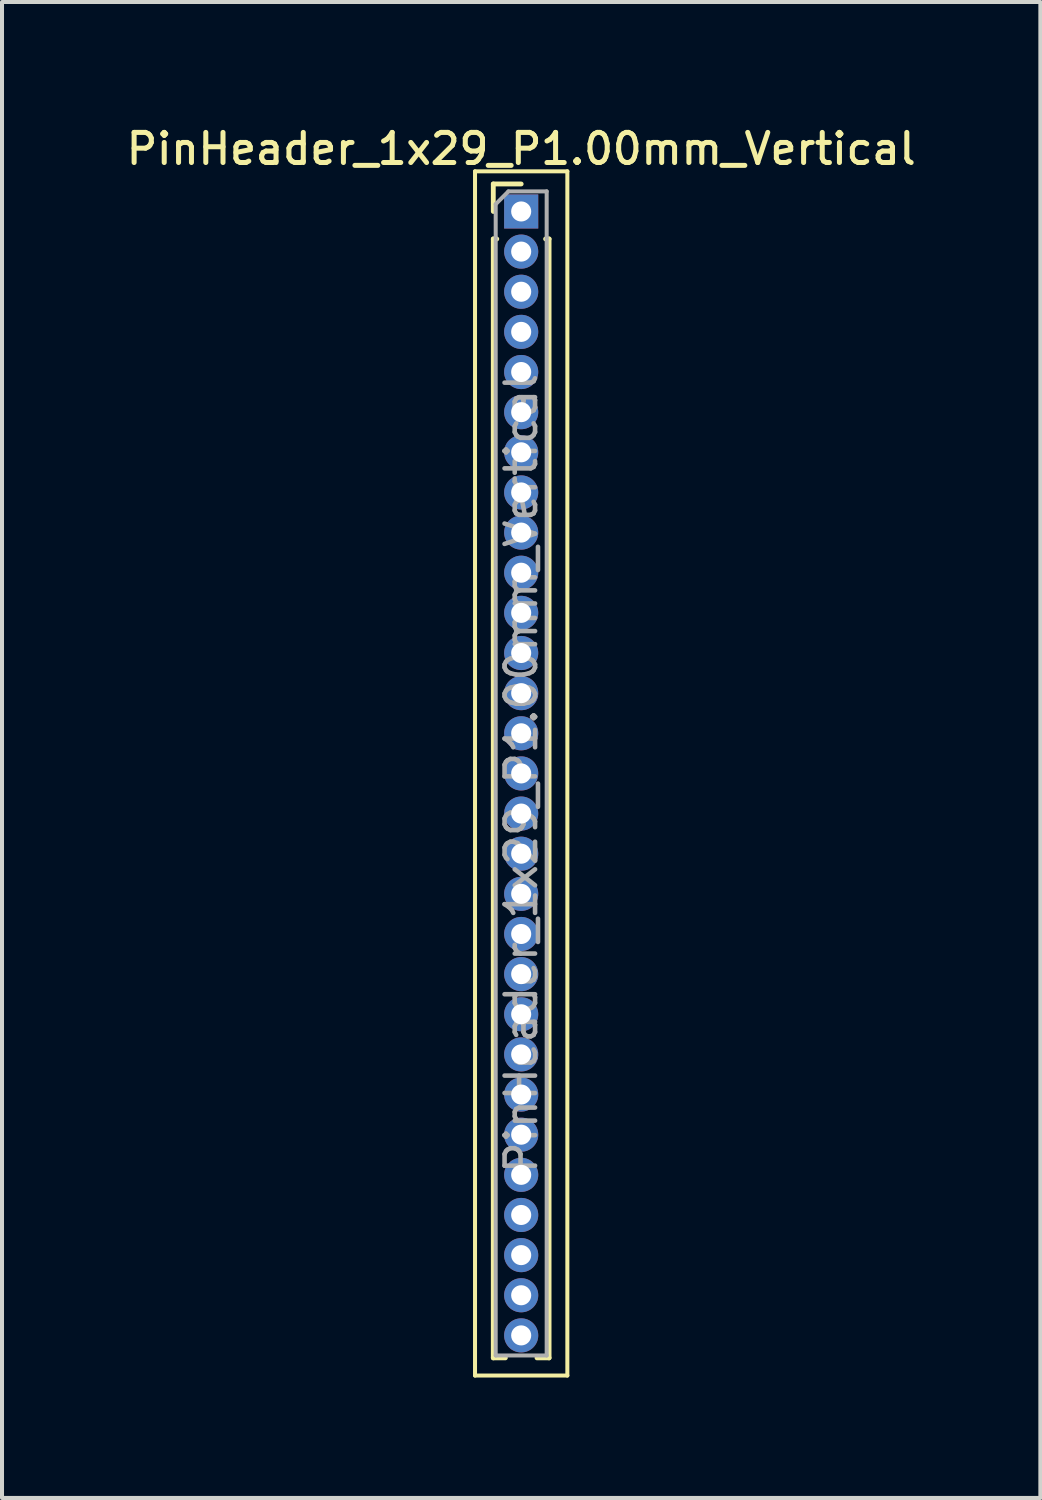
<source format=kicad_pcb>
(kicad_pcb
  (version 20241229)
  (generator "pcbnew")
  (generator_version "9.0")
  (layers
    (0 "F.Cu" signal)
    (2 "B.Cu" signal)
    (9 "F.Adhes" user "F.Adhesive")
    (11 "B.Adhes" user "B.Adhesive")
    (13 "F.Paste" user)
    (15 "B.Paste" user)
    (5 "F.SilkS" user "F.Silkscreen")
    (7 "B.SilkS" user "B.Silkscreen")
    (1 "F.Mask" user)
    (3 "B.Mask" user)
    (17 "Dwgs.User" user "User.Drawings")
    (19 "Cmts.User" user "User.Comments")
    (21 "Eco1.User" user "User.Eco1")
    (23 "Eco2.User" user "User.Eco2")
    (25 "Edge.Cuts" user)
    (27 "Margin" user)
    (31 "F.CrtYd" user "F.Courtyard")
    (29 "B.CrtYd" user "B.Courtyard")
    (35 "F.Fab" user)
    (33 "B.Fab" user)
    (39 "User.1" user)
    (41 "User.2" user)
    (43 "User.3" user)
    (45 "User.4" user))
  (footprint "PinHeader_1x29_P1.00mm_Vertical"
    (layer "F.Cu")
    (at 9.934 2.218)
    (property "Reference" "PinHeader_1x29_P1.00mm_Vertical" (at 0 -1.56 0) (layer "F.SilkS") (effects (font (size 0.75 0.75) (thickness 0.125))))
    (attr through_hole)
    (fp_line (start -1.15 -1) (end -1.15 29) (stroke (width 0.1) (type solid)) (layer "F.SilkS"))
    (fp_line (start -1.15 29) (end 1.15 29) (stroke (width 0.1) (type solid)) (layer "F.SilkS"))
    (fp_line (start -0.695 -0.685) (end 0 -0.685) (stroke (width 0.12) (type solid)) (layer "F.SilkS"))
    (fp_line (start -0.695 0) (end -0.695 -0.685) (stroke (width 0.12) (type solid)) (layer "F.SilkS"))
    (fp_line (start -0.695 0.685) (end -0.695 28.56) (stroke (width 0.12) (type solid)) (layer "F.SilkS"))
    (fp_line (start -0.695 0.685) (end -0.608 0.685) (stroke (width 0.12) (type solid)) (layer "F.SilkS"))
    (fp_line (start -0.695 28.56) (end -0.394 28.56) (stroke (width 0.12) (type solid)) (layer "F.SilkS"))
    (fp_line (start 0.394 28.56) (end 0.695 28.56) (stroke (width 0.12) (type solid)) (layer "F.SilkS"))
    (fp_line (start 0.608 0.685) (end 0.695 0.685) (stroke (width 0.12) (type solid)) (layer "F.SilkS"))
    (fp_line (start 0.695 0.685) (end 0.695 28.56) (stroke (width 0.12) (type solid)) (layer "F.SilkS"))
    (fp_line (start 1.15 -1) (end -1.15 -1) (stroke (width 0.1) (type solid)) (layer "F.SilkS"))
    (fp_line (start 1.15 29) (end 1.15 -1) (stroke (width 0.1) (type solid)) (layer "F.SilkS"))
    (fp_line (start -0.635 -0.182) (end -0.318 -0.5) (stroke (width 0.1) (type solid)) (layer "F.Fab"))
    (fp_line (start -0.635 28.5) (end -0.635 -0.182) (stroke (width 0.1) (type solid)) (layer "F.Fab"))
    (fp_line (start -0.318 -0.5) (end 0.635 -0.5) (stroke (width 0.1) (type solid)) (layer "F.Fab"))
    (fp_line (start 0.635 -0.5) (end 0.635 28.5) (stroke (width 0.1) (type solid)) (layer "F.Fab"))
    (fp_line (start 0.635 28.5) (end -0.635 28.5) (stroke (width 0.1) (type solid)) (layer "F.Fab"))
    (fp_text user "${REFERENCE}" (at 0 14 90) (layer "F.Fab") (effects (font (size 0.76 0.76) (thickness 0.114))))
    (pad "1" thru_hole rect (at 0 0) (size 0.85 0.85) (drill 0.5) (layers "*.Cu" "*.Mask"))
    (pad "2" thru_hole oval (at 0 1) (size 0.85 0.85) (drill 0.5) (layers "*.Cu" "*.Mask"))
    (pad "3" thru_hole oval (at 0 2) (size 0.85 0.85) (drill 0.5) (layers "*.Cu" "*.Mask"))
    (pad "4" thru_hole oval (at 0 3) (size 0.85 0.85) (drill 0.5) (layers "*.Cu" "*.Mask"))
    (pad "5" thru_hole oval (at 0 4) (size 0.85 0.85) (drill 0.5) (layers "*.Cu" "*.Mask"))
    (pad "6" thru_hole oval (at 0 5) (size 0.85 0.85) (drill 0.5) (layers "*.Cu" "*.Mask"))
    (pad "7" thru_hole oval (at 0 6) (size 0.85 0.85) (drill 0.5) (layers "*.Cu" "*.Mask"))
    (pad "8" thru_hole oval (at 0 7) (size 0.85 0.85) (drill 0.5) (layers "*.Cu" "*.Mask"))
    (pad "9" thru_hole oval (at 0 8) (size 0.85 0.85) (drill 0.5) (layers "*.Cu" "*.Mask"))
    (pad "10" thru_hole oval (at 0 9) (size 0.85 0.85) (drill 0.5) (layers "*.Cu" "*.Mask"))
    (pad "11" thru_hole oval (at 0 10) (size 0.85 0.85) (drill 0.5) (layers "*.Cu" "*.Mask"))
    (pad "12" thru_hole oval (at 0 11) (size 0.85 0.85) (drill 0.5) (layers "*.Cu" "*.Mask"))
    (pad "13" thru_hole oval (at 0 12) (size 0.85 0.85) (drill 0.5) (layers "*.Cu" "*.Mask"))
    (pad "14" thru_hole oval (at 0 13) (size 0.85 0.85) (drill 0.5) (layers "*.Cu" "*.Mask"))
    (pad "15" thru_hole oval (at 0 14) (size 0.85 0.85) (drill 0.5) (layers "*.Cu" "*.Mask"))
    (pad "16" thru_hole oval (at 0 15) (size 0.85 0.85) (drill 0.5) (layers "*.Cu" "*.Mask"))
    (pad "17" thru_hole oval (at 0 16) (size 0.85 0.85) (drill 0.5) (layers "*.Cu" "*.Mask"))
    (pad "18" thru_hole oval (at 0 17) (size 0.85 0.85) (drill 0.5) (layers "*.Cu" "*.Mask"))
    (pad "19" thru_hole oval (at 0 18) (size 0.85 0.85) (drill 0.5) (layers "*.Cu" "*.Mask"))
    (pad "20" thru_hole oval (at 0 19) (size 0.85 0.85) (drill 0.5) (layers "*.Cu" "*.Mask"))
    (pad "21" thru_hole oval (at 0 20) (size 0.85 0.85) (drill 0.5) (layers "*.Cu" "*.Mask"))
    (pad "22" thru_hole oval (at 0 21) (size 0.85 0.85) (drill 0.5) (layers "*.Cu" "*.Mask"))
    (pad "23" thru_hole oval (at 0 22) (size 0.85 0.85) (drill 0.5) (layers "*.Cu" "*.Mask"))
    (pad "24" thru_hole oval (at 0 23) (size 0.85 0.85) (drill 0.5) (layers "*.Cu" "*.Mask"))
    (pad "25" thru_hole oval (at 0 24) (size 0.85 0.85) (drill 0.5) (layers "*.Cu" "*.Mask"))
    (pad "26" thru_hole oval (at 0 25) (size 0.85 0.85) (drill 0.5) (layers "*.Cu" "*.Mask"))
    (pad "27" thru_hole oval (at 0 26) (size 0.85 0.85) (drill 0.5) (layers "*.Cu" "*.Mask"))
    (pad "28" thru_hole oval (at 0 27) (size 0.85 0.85) (drill 0.5) (layers "*.Cu" "*.Mask"))
    (pad "29" thru_hole oval (at 0 28) (size 0.85 0.85) (drill 0.5) (layers "*.Cu" "*.Mask")))
  (gr_rect
    (start -3 -3)
    (end 22.868 34.268)
    (stroke (width 0.1) (type default))
    (fill no)
    (layer "Edge.Cuts")))
</source>
